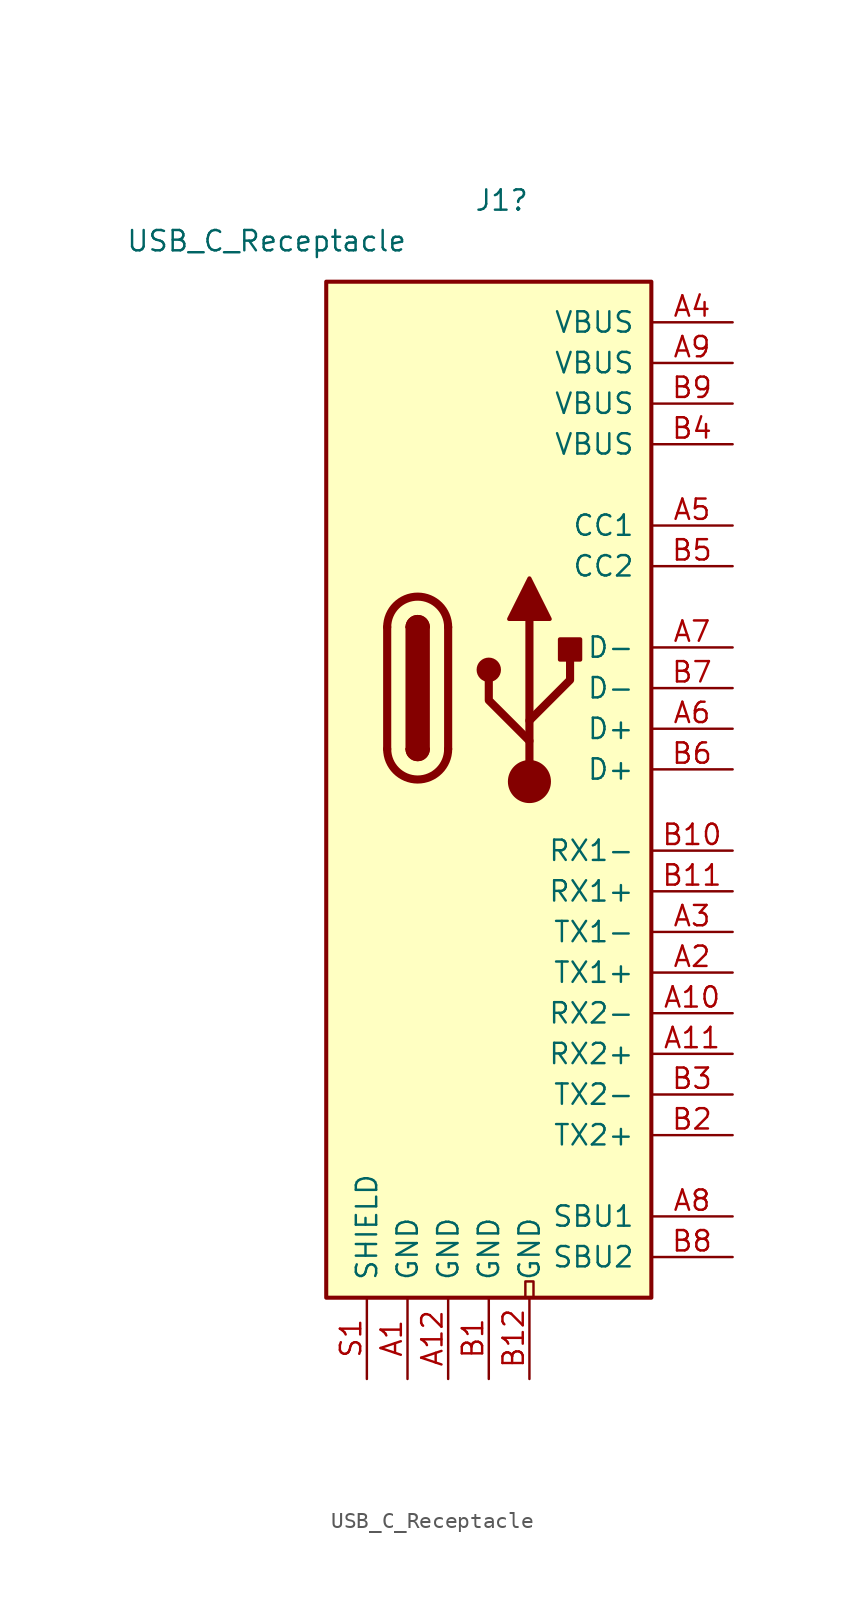
<source format=kicad_sym>
(kicad_symbol_lib
  (version 20211014)
  (generator kicad_symbol_editor)
  (symbol "USB_C_Receptacle"
    (pin_names
      (offset 1.016))
    (property "Reference" "J1"
      (at 0 33.02 0)
      (effects (font (size 1.27 1.27)) (justify right)))
    (property "Value" "USB_C_Receptacle"
      (at -7.62 30.48 0)
      (effects (font (size 1.27 1.27)) (justify right)))
    (symbol "USB_C_Receptacle_0_0"
      (rectangle (start -0.254 -35.56) (end 0.254 -34.544) (stroke (width 0) (type default) (color 0 0 0 0)) (fill (type none))))
    (symbol "USB_C_Receptacle_0_1"
      (rectangle (start -12.7 27.94) (end 7.62 -35.56) (stroke (width 0.254) (type default) (color 0 0 0 0)) (fill (type background)))
      (arc (start -8.89 -1.27) (mid -6.985 -3.175) (end -5.08 -1.27) (stroke (width 0.508) (type default) (color 0 0 0 0)) (fill (type none)))
      (arc (start -7.62 -1.27) (mid -6.985 -1.905) (end -6.35 -1.27) (stroke (width 0.254) (type default) (color 0 0 0 0)) (fill (type none)))
      (arc (start -7.62 -1.27) (mid -6.985 -1.905) (end -6.35 -1.27) (stroke (width 0.254) (type default) (color 0 0 0 0)) (fill (type outline)))
      (rectangle (start -7.62 -1.27) (end -6.35 6.35) (stroke (width 0.254) (type default) (color 0 0 0 0)) (fill (type outline)))
      (arc (start -6.35 6.35) (mid -6.985 6.985) (end -7.62 6.35) (stroke (width 0.254) (type default) (color 0 0 0 0)) (fill (type none)))
      (arc (start -6.35 6.35) (mid -6.985 6.985) (end -7.62 6.35) (stroke (width 0.254) (type default) (color 0 0 0 0)) (fill (type outline)))
      (arc (start -5.08 6.35) (mid -6.985 8.255) (end -8.89 6.35) (stroke (width 0.508) (type default) (color 0 0 0 0)) (fill (type none)))
      (polyline (pts (xy -8.89 -1.27) (xy -8.89 6.35)) (stroke (width 0.508) (type default) (color 0 0 0 0)) (fill (type none)))
      (polyline (pts (xy -5.08 6.35) (xy -5.08 -1.27)) (stroke (width 0.508) (type default) (color 0 0 0 0)) (fill (type none))))
    (symbol "USB_C_Receptacle_1_1"
      (circle (center -2.54 3.683) (radius 0.635) (stroke (width 0.254) (type default) (color 0 0 0 0)) (fill (type outline)))
      (circle (center 0 -3.302) (radius 1.27) (stroke (width 0) (type default) (color 0 0 0 0)) (fill (type outline)))
      (polyline (pts (xy 0 -3.302) (xy 0 6.858)) (stroke (width 0.508) (type default) (color 0 0 0 0)) (fill (type none)))
      (polyline (pts (xy 0 -0.762) (xy -2.54 1.778) (xy -2.54 3.048)) (stroke (width 0.508) (type default) (color 0 0 0 0)) (fill (type none)))
      (polyline (pts (xy 0 0.508) (xy 2.54 3.048) (xy 2.54 4.318)) (stroke (width 0.508) (type default) (color 0 0 0 0)) (fill (type none)))
      (polyline (pts (xy -1.27 6.858) (xy 0 9.398) (xy 1.27 6.858) (xy -1.27 6.858)) (stroke (width 0.254) (type default) (color 0 0 0 0)) (fill (type outline)))
      (rectangle (start 1.905 4.318) (end 3.175 5.588) (stroke (width 0.254) (type default) (color 0 0 0 0)) (fill (type outline)))
      (pin passive line (at -7.62 -40.64 90) (length 5.08) (name "GND" (effects (font (size 1.27 1.27)))) (number "A1" (effects (font (size 1.27 1.27)))))
      (pin bidirectional line (at 12.7 -17.78 180) (length 5.08) (name "RX2-" (effects (font (size 1.27 1.27)))) (number "A10" (effects (font (size 1.27 1.27)))))
      (pin bidirectional line (at 12.7 -20.32 180) (length 5.08) (name "RX2+" (effects (font (size 1.27 1.27)))) (number "A11" (effects (font (size 1.27 1.27)))))
      (pin passive line (at -5.08 -40.64 90) (length 5.08) (name "GND" (effects (font (size 1.27 1.27)))) (number "A12" (effects (font (size 1.27 1.27)))))
      (pin bidirectional line (at 12.7 -15.24 180) (length 5.08) (name "TX1+" (effects (font (size 1.27 1.27)))) (number "A2" (effects (font (size 1.27 1.27)))))
      (pin bidirectional line (at 12.7 -12.7 180) (length 5.08) (name "TX1-" (effects (font (size 1.27 1.27)))) (number "A3" (effects (font (size 1.27 1.27)))))
      (pin passive line (at 12.7 25.4 180) (length 5.08) (name "VBUS" (effects (font (size 1.27 1.27)))) (number "A4" (effects (font (size 1.27 1.27)))))
      (pin bidirectional line (at 12.7 12.7 180) (length 5.08) (name "CC1" (effects (font (size 1.27 1.27)))) (number "A5" (effects (font (size 1.27 1.27)))))
      (pin bidirectional line (at 12.7 0 180) (length 5.08) (name "D+" (effects (font (size 1.27 1.27)))) (number "A6" (effects (font (size 1.27 1.27)))))
      (pin bidirectional line (at 12.7 5.08 180) (length 5.08) (name "D-" (effects (font (size 1.27 1.27)))) (number "A7" (effects (font (size 1.27 1.27)))))
      (pin bidirectional line (at 12.7 -30.48 180) (length 5.08) (name "SBU1" (effects (font (size 1.27 1.27)))) (number "A8" (effects (font (size 1.27 1.27)))))
      (pin passive line (at 12.7 22.86 180) (length 5.08) (name "VBUS" (effects (font (size 1.27 1.27)))) (number "A9" (effects (font (size 1.27 1.27)))))
      (pin passive line (at -2.54 -40.64 90) (length 5.08) (name "GND" (effects (font (size 1.27 1.27)))) (number "B1" (effects (font (size 1.27 1.27)))))
      (pin bidirectional line (at 12.7 -7.62 180) (length 5.08) (name "RX1-" (effects (font (size 1.27 1.27)))) (number "B10" (effects (font (size 1.27 1.27)))))
      (pin bidirectional line (at 12.7 -10.16 180) (length 5.08) (name "RX1+" (effects (font (size 1.27 1.27)))) (number "B11" (effects (font (size 1.27 1.27)))))
      (pin passive line (at 0 -40.64 90) (length 5.08) (name "GND" (effects (font (size 1.27 1.27)))) (number "B12" (effects (font (size 1.27 1.27)))))
      (pin bidirectional line (at 12.7 -25.4 180) (length 5.08) (name "TX2+" (effects (font (size 1.27 1.27)))) (number "B2" (effects (font (size 1.27 1.27)))))
      (pin bidirectional line (at 12.7 -22.86 180) (length 5.08) (name "TX2-" (effects (font (size 1.27 1.27)))) (number "B3" (effects (font (size 1.27 1.27)))))
      (pin passive line (at 12.7 17.78 180) (length 5.08) (name "VBUS" (effects (font (size 1.27 1.27)))) (number "B4" (effects (font (size 1.27 1.27)))))
      (pin bidirectional line (at 12.7 10.16 180) (length 5.08) (name "CC2" (effects (font (size 1.27 1.27)))) (number "B5" (effects (font (size 1.27 1.27)))))
      (pin bidirectional line (at 12.7 -2.54 180) (length 5.08) (name "D+" (effects (font (size 1.27 1.27)))) (number "B6" (effects (font (size 1.27 1.27)))))
      (pin bidirectional line (at 12.7 2.54 180) (length 5.08) (name "D-" (effects (font (size 1.27 1.27)))) (number "B7" (effects (font (size 1.27 1.27)))))
      (pin bidirectional line (at 12.7 -33.02 180) (length 5.08) (name "SBU2" (effects (font (size 1.27 1.27)))) (number "B8" (effects (font (size 1.27 1.27)))))
      (pin passive line (at 12.7 20.32 180) (length 5.08) (name "VBUS" (effects (font (size 1.27 1.27)))) (number "B9" (effects (font (size 1.27 1.27)))))
      (pin passive line (at -10.16 -40.64 90) (length 5.08) (name "SHIELD" (effects (font (size 1.27 1.27)))) (number "S1" (effects (font (size 1.27 1.27))))))))
</source>
